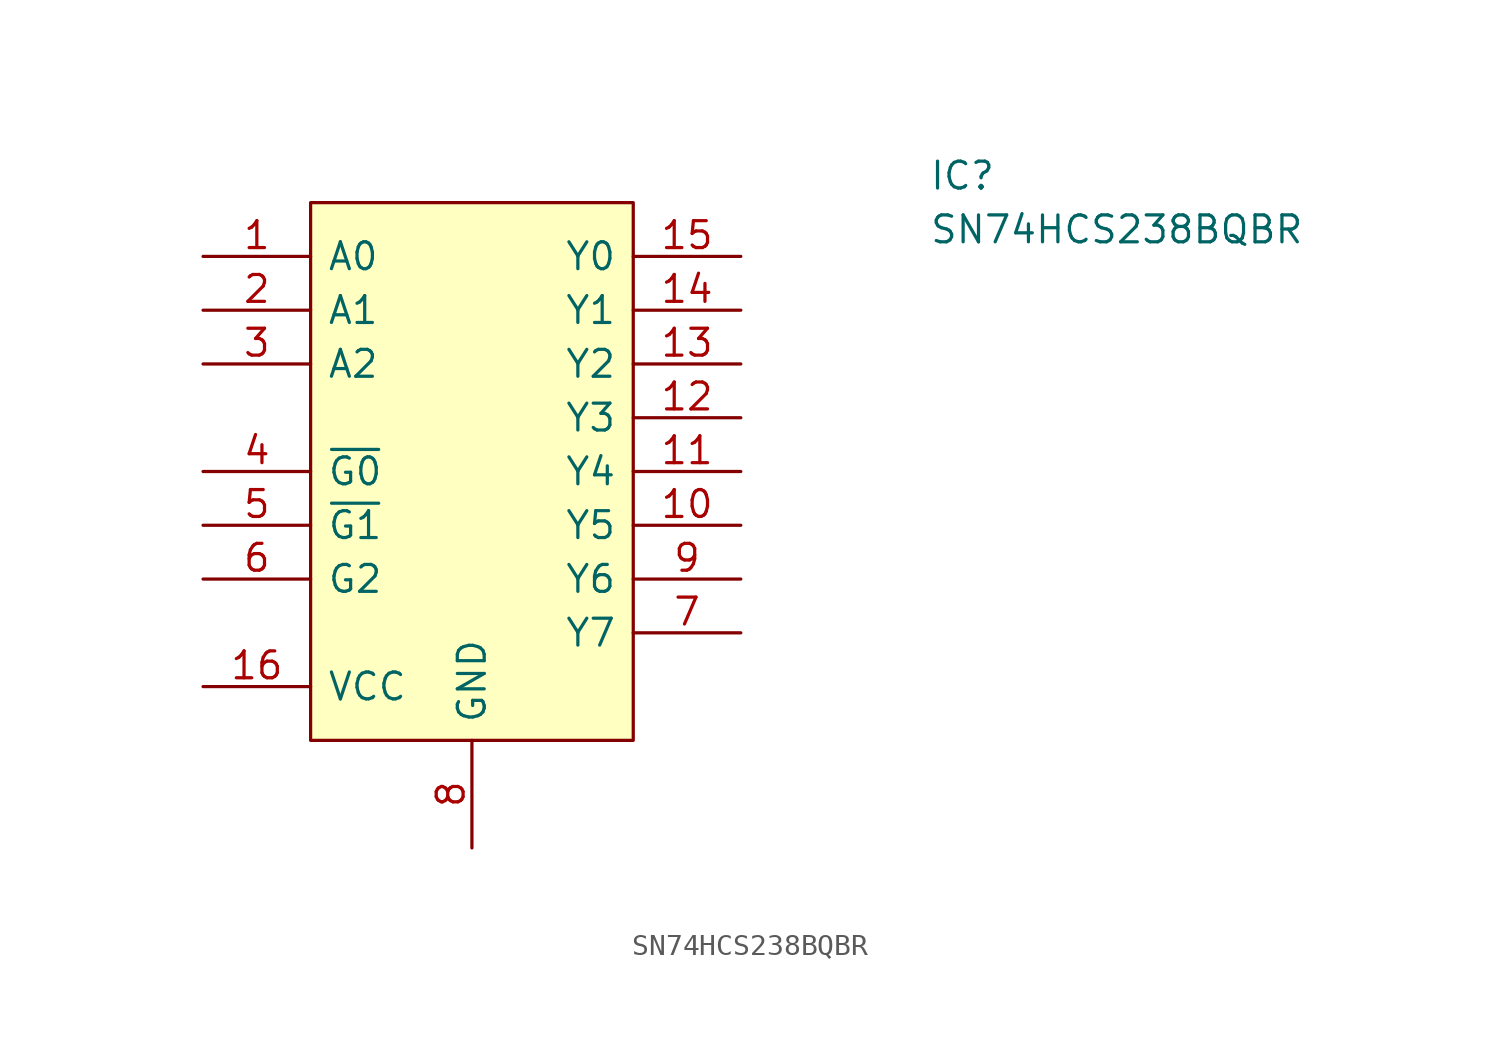
<source format=kicad_sym>
(kicad_symbol_lib
  (version 20220914)
  (generator kicad_symbol_editor)
  (symbol "SN74HCS238BQBR"
    (pin_names
      (offset 0.762))
    (property "Reference" "IC"
      (at 21.59 15.24 0)
      (effects (font (size 1.27 1.27)) (justify left)))
    (property "Value" "SN74HCS238BQBR"
      (at 21.59 12.7 0)
      (effects (font (size 1.27 1.27)) (justify left)))
    (symbol "SN74HCS238BQBR_0_0"
      (pin passive line (at -12.7 11.43 0) (length 5.08) (name "A0" (effects (font (size 1.27 1.27)))) (number "1" (effects (font (size 1.27 1.27)))))
      (pin passive line (at 12.7 -1.27 180) (length 5.08) (name "Y5" (effects (font (size 1.27 1.27)))) (number "10" (effects (font (size 1.27 1.27)))))
      (pin passive line (at 12.7 1.27 180) (length 5.08) (name "Y4" (effects (font (size 1.27 1.27)))) (number "11" (effects (font (size 1.27 1.27)))))
      (pin passive line (at 12.7 3.81 180) (length 5.08) (name "Y3" (effects (font (size 1.27 1.27)))) (number "12" (effects (font (size 1.27 1.27)))))
      (pin passive line (at 12.7 6.35 180) (length 5.08) (name "Y2" (effects (font (size 1.27 1.27)))) (number "13" (effects (font (size 1.27 1.27)))))
      (pin passive line (at 12.7 8.89 180) (length 5.08) (name "Y1" (effects (font (size 1.27 1.27)))) (number "14" (effects (font (size 1.27 1.27)))))
      (pin passive line (at 12.7 11.43 180) (length 5.08) (name "Y0" (effects (font (size 1.27 1.27)))) (number "15" (effects (font (size 1.27 1.27)))))
      (pin passive line (at -12.7 -8.89 0) (length 5.08) (name "VCC" (effects (font (size 1.27 1.27)))) (number "16" (effects (font (size 1.27 1.27)))))
      (pin passive line (at -12.7 8.89 0) (length 5.08) (name "A1" (effects (font (size 1.27 1.27)))) (number "2" (effects (font (size 1.27 1.27)))))
      (pin passive line (at -12.7 6.35 0) (length 5.08) (name "A2" (effects (font (size 1.27 1.27)))) (number "3" (effects (font (size 1.27 1.27)))))
      (pin passive line (at -12.7 1.27 0) (length 5.08) (name "~{G0}" (effects (font (size 1.27 1.27)))) (number "4" (effects (font (size 1.27 1.27)))))
      (pin passive line (at -12.7 -1.27 0) (length 5.08) (name "~{G1}" (effects (font (size 1.27 1.27)))) (number "5" (effects (font (size 1.27 1.27)))))
      (pin passive line (at -12.7 -3.81 0) (length 5.08) (name "G2" (effects (font (size 1.27 1.27)))) (number "6" (effects (font (size 1.27 1.27)))))
      (pin passive line (at 12.7 -6.35 180) (length 5.08) (name "Y7" (effects (font (size 1.27 1.27)))) (number "7" (effects (font (size 1.27 1.27)))))
      (pin passive line (at 0 -16.51 90) (length 5.08) (name "GND" (effects (font (size 1.27 1.27)))) (number "8" (effects (font (size 1.27 1.27)))))
      (pin passive line (at 12.7 -3.81 180) (length 5.08) (name "Y6" (effects (font (size 1.27 1.27)))) (number "9" (effects (font (size 1.27 1.27))))))
    (symbol "SN74HCS238BQBR_1_0"
      (pin passive line (at 0 -16.51 90) (length 5.08) hide (name "EP" (effects (font (size 1.27 1.27)))) (number "17" (effects (font (size 1.27 1.27))))))
    (symbol "SN74HCS238BQBR_1_1"
      (rectangle (start -7.62 13.97) (end 7.62 -11.43) (stroke (width 0) (type default)) (fill (type background))))))
</source>
